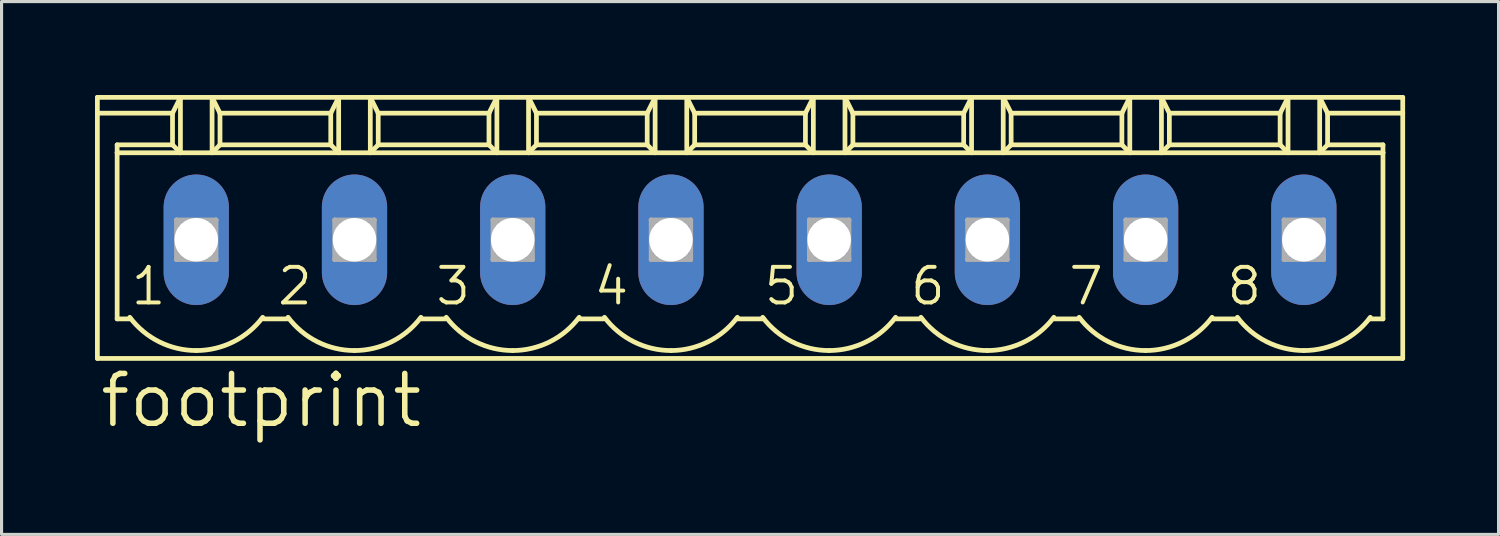
<source format=kicad_pcb>
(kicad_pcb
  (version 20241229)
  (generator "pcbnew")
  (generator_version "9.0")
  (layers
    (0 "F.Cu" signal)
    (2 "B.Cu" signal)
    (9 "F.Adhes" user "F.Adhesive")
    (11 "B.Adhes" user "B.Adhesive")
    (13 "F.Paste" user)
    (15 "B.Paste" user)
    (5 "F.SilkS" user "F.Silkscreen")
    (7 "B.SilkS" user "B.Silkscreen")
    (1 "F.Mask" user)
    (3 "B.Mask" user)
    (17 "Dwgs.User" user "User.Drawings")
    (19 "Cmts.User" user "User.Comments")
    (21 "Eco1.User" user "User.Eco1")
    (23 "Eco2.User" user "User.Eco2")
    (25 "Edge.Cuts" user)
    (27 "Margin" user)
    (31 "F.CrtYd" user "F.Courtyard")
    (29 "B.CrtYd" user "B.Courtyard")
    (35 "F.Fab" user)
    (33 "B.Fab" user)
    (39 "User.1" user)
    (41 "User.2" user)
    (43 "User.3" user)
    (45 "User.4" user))
  (footprint "footprint"
    (layer "F.Cu")
    (at 21.031 4.648)
    (property "Reference" "footprint" (at -20.955 6.096 0) (layer "F.SilkS") (effects (font (size 1.6 1.6) (thickness 0.178)) (justify left bottom)))
    (fp_line (start -20.955 -4.572) (end -20.955 -4.064) (stroke (width 0.152) (type solid)) (layer "F.SilkS"))
    (fp_line (start -20.955 -4.572) (end -18.288 -4.572) (stroke (width 0.152) (type solid)) (layer "F.SilkS"))
    (fp_line (start -20.955 -4.064) (end -20.955 3.81) (stroke (width 0.152) (type solid)) (layer "F.SilkS"))
    (fp_line (start -20.955 -4.064) (end -18.542 -4.064) (stroke (width 0.152) (type solid)) (layer "F.SilkS"))
    (fp_line (start -20.955 3.81) (end 20.955 3.81) (stroke (width 0.152) (type solid)) (layer "F.SilkS"))
    (fp_line (start -20.32 -2.794) (end -20.32 -3.048) (stroke (width 0.152) (type solid)) (layer "F.SilkS"))
    (fp_line (start -20.32 -2.794) (end -18.288 -2.794) (stroke (width 0.152) (type solid)) (layer "F.SilkS"))
    (fp_line (start -20.32 2.54) (end -20.32 -2.794) (stroke (width 0.152) (type solid)) (layer "F.SilkS"))
    (fp_line (start -20.32 2.54) (end -19.888 2.54) (stroke (width 0.152) (type solid)) (layer "F.SilkS"))
    (fp_line (start -18.542 -4.064) (end -18.542 -3.048) (stroke (width 0.152) (type solid)) (layer "F.SilkS"))
    (fp_line (start -18.542 -4.064) (end -18.288 -4.572) (stroke (width 0.152) (type solid)) (layer "F.SilkS"))
    (fp_line (start -18.542 -3.048) (end -20.32 -3.048) (stroke (width 0.152) (type solid)) (layer "F.SilkS"))
    (fp_line (start -18.542 -3.048) (end -18.288 -2.794) (stroke (width 0.152) (type solid)) (layer "F.SilkS"))
    (fp_line (start -18.288 -4.572) (end -17.272 -4.572) (stroke (width 0.152) (type solid)) (layer "F.SilkS"))
    (fp_line (start -18.288 -2.794) (end -18.288 -4.572) (stroke (width 0.152) (type solid)) (layer "F.SilkS"))
    (fp_line (start -18.288 -2.794) (end -17.272 -2.794) (stroke (width 0.152) (type solid)) (layer "F.SilkS"))
    (fp_line (start -17.272 -4.572) (end -17.018 -4.064) (stroke (width 0.152) (type solid)) (layer "F.SilkS"))
    (fp_line (start -17.272 -4.572) (end -13.208 -4.572) (stroke (width 0.152) (type solid)) (layer "F.SilkS"))
    (fp_line (start -17.272 -2.794) (end -17.272 -4.572) (stroke (width 0.152) (type solid)) (layer "F.SilkS"))
    (fp_line (start -17.272 -2.794) (end -13.208 -2.794) (stroke (width 0.152) (type solid)) (layer "F.SilkS"))
    (fp_line (start -17.018 -4.064) (end -17.018 -3.048) (stroke (width 0.152) (type solid)) (layer "F.SilkS"))
    (fp_line (start -17.018 -4.064) (end -13.462 -4.064) (stroke (width 0.152) (type solid)) (layer "F.SilkS"))
    (fp_line (start -17.018 -3.048) (end -17.272 -2.794) (stroke (width 0.152) (type solid)) (layer "F.SilkS"))
    (fp_line (start -15.621 2.54) (end -14.859 2.54) (stroke (width 0.152) (type solid)) (layer "F.SilkS"))
    (fp_line (start -13.462 -4.064) (end -13.462 -3.048) (stroke (width 0.152) (type solid)) (layer "F.SilkS"))
    (fp_line (start -13.462 -4.064) (end -13.208 -4.572) (stroke (width 0.152) (type solid)) (layer "F.SilkS"))
    (fp_line (start -13.462 -3.048) (end -17.018 -3.048) (stroke (width 0.152) (type solid)) (layer "F.SilkS"))
    (fp_line (start -13.462 -3.048) (end -13.208 -2.794) (stroke (width 0.152) (type solid)) (layer "F.SilkS"))
    (fp_line (start -13.208 -4.572) (end -12.192 -4.572) (stroke (width 0.152) (type solid)) (layer "F.SilkS"))
    (fp_line (start -13.208 -2.794) (end -13.208 -4.572) (stroke (width 0.152) (type solid)) (layer "F.SilkS"))
    (fp_line (start -13.208 -2.794) (end -12.192 -2.794) (stroke (width 0.152) (type solid)) (layer "F.SilkS"))
    (fp_line (start -12.192 -4.572) (end -11.938 -4.064) (stroke (width 0.152) (type solid)) (layer "F.SilkS"))
    (fp_line (start -12.192 -4.572) (end -8.128 -4.572) (stroke (width 0.152) (type solid)) (layer "F.SilkS"))
    (fp_line (start -12.192 -2.794) (end -12.192 -4.572) (stroke (width 0.152) (type solid)) (layer "F.SilkS"))
    (fp_line (start -12.192 -2.794) (end -8.128 -2.794) (stroke (width 0.152) (type solid)) (layer "F.SilkS"))
    (fp_line (start -11.938 -4.064) (end -11.938 -3.048) (stroke (width 0.152) (type solid)) (layer "F.SilkS"))
    (fp_line (start -11.938 -4.064) (end -8.382 -4.064) (stroke (width 0.152) (type solid)) (layer "F.SilkS"))
    (fp_line (start -11.938 -3.048) (end -12.192 -2.794) (stroke (width 0.152) (type solid)) (layer "F.SilkS"))
    (fp_line (start -10.541 2.54) (end -9.779 2.54) (stroke (width 0.152) (type solid)) (layer "F.SilkS"))
    (fp_line (start -8.382 -4.064) (end -8.382 -3.048) (stroke (width 0.152) (type solid)) (layer "F.SilkS"))
    (fp_line (start -8.382 -4.064) (end -8.128 -4.572) (stroke (width 0.152) (type solid)) (layer "F.SilkS"))
    (fp_line (start -8.382 -3.048) (end -11.938 -3.048) (stroke (width 0.152) (type solid)) (layer "F.SilkS"))
    (fp_line (start -8.382 -3.048) (end -8.128 -2.794) (stroke (width 0.152) (type solid)) (layer "F.SilkS"))
    (fp_line (start -8.128 -4.572) (end -7.112 -4.572) (stroke (width 0.152) (type solid)) (layer "F.SilkS"))
    (fp_line (start -8.128 -2.794) (end -8.128 -4.572) (stroke (width 0.152) (type solid)) (layer "F.SilkS"))
    (fp_line (start -8.128 -2.794) (end -7.112 -2.794) (stroke (width 0.152) (type solid)) (layer "F.SilkS"))
    (fp_line (start -7.112 -4.572) (end -6.858 -4.064) (stroke (width 0.152) (type solid)) (layer "F.SilkS"))
    (fp_line (start -7.112 -4.572) (end -3.048 -4.572) (stroke (width 0.152) (type solid)) (layer "F.SilkS"))
    (fp_line (start -7.112 -2.794) (end -7.112 -4.572) (stroke (width 0.152) (type solid)) (layer "F.SilkS"))
    (fp_line (start -7.112 -2.794) (end -3.048 -2.794) (stroke (width 0.152) (type solid)) (layer "F.SilkS"))
    (fp_line (start -6.858 -4.064) (end -6.858 -3.048) (stroke (width 0.152) (type solid)) (layer "F.SilkS"))
    (fp_line (start -6.858 -4.064) (end -3.302 -4.064) (stroke (width 0.152) (type solid)) (layer "F.SilkS"))
    (fp_line (start -6.858 -3.048) (end -7.112 -2.794) (stroke (width 0.152) (type solid)) (layer "F.SilkS"))
    (fp_line (start -6.858 -3.048) (end -3.302 -3.048) (stroke (width 0.152) (type solid)) (layer "F.SilkS"))
    (fp_line (start -5.461 2.54) (end -4.699 2.54) (stroke (width 0.152) (type solid)) (layer "F.SilkS"))
    (fp_line (start -3.302 -4.064) (end -3.302 -3.048) (stroke (width 0.152) (type solid)) (layer "F.SilkS"))
    (fp_line (start -3.302 -4.064) (end -3.048 -4.572) (stroke (width 0.152) (type solid)) (layer "F.SilkS"))
    (fp_line (start -3.302 -3.048) (end -3.048 -2.794) (stroke (width 0.152) (type solid)) (layer "F.SilkS"))
    (fp_line (start -3.048 -4.572) (end -2.032 -4.572) (stroke (width 0.152) (type solid)) (layer "F.SilkS"))
    (fp_line (start -3.048 -2.794) (end -3.048 -4.572) (stroke (width 0.152) (type solid)) (layer "F.SilkS"))
    (fp_line (start -3.048 -2.794) (end -2.032 -2.794) (stroke (width 0.152) (type solid)) (layer "F.SilkS"))
    (fp_line (start -2.032 -4.572) (end -1.778 -4.064) (stroke (width 0.152) (type solid)) (layer "F.SilkS"))
    (fp_line (start -2.032 -4.572) (end 2.032 -4.572) (stroke (width 0.152) (type solid)) (layer "F.SilkS"))
    (fp_line (start -2.032 -2.794) (end -2.032 -4.572) (stroke (width 0.152) (type solid)) (layer "F.SilkS"))
    (fp_line (start -2.032 -2.794) (end 2.032 -2.794) (stroke (width 0.152) (type solid)) (layer "F.SilkS"))
    (fp_line (start -1.778 -4.064) (end -1.778 -3.048) (stroke (width 0.152) (type solid)) (layer "F.SilkS"))
    (fp_line (start -1.778 -4.064) (end 1.778 -4.064) (stroke (width 0.152) (type solid)) (layer "F.SilkS"))
    (fp_line (start -1.778 -3.048) (end -2.032 -2.794) (stroke (width 0.152) (type solid)) (layer "F.SilkS"))
    (fp_line (start -0.432 2.54) (end 0.432 2.54) (stroke (width 0.152) (type solid)) (layer "F.SilkS"))
    (fp_line (start 1.778 -4.064) (end 1.778 -3.048) (stroke (width 0.152) (type solid)) (layer "F.SilkS"))
    (fp_line (start 1.778 -4.064) (end 2.032 -4.572) (stroke (width 0.152) (type solid)) (layer "F.SilkS"))
    (fp_line (start 1.778 -3.048) (end -1.778 -3.048) (stroke (width 0.152) (type solid)) (layer "F.SilkS"))
    (fp_line (start 1.778 -3.048) (end 2.032 -2.794) (stroke (width 0.152) (type solid)) (layer "F.SilkS"))
    (fp_line (start 2.032 -4.572) (end 3.048 -4.572) (stroke (width 0.152) (type solid)) (layer "F.SilkS"))
    (fp_line (start 2.032 -2.794) (end 2.032 -4.572) (stroke (width 0.152) (type solid)) (layer "F.SilkS"))
    (fp_line (start 2.032 -2.794) (end 3.048 -2.794) (stroke (width 0.152) (type solid)) (layer "F.SilkS"))
    (fp_line (start 3.048 -4.572) (end 3.302 -4.064) (stroke (width 0.152) (type solid)) (layer "F.SilkS"))
    (fp_line (start 3.048 -4.572) (end 7.112 -4.572) (stroke (width 0.152) (type solid)) (layer "F.SilkS"))
    (fp_line (start 3.048 -2.794) (end 3.048 -4.572) (stroke (width 0.152) (type solid)) (layer "F.SilkS"))
    (fp_line (start 3.048 -2.794) (end 7.112 -2.794) (stroke (width 0.152) (type solid)) (layer "F.SilkS"))
    (fp_line (start 3.302 -4.064) (end 3.302 -3.048) (stroke (width 0.152) (type solid)) (layer "F.SilkS"))
    (fp_line (start 3.302 -4.064) (end 6.858 -4.064) (stroke (width 0.152) (type solid)) (layer "F.SilkS"))
    (fp_line (start 3.302 -3.048) (end 3.048 -2.794) (stroke (width 0.152) (type solid)) (layer "F.SilkS"))
    (fp_line (start 4.699 2.54) (end 5.461 2.54) (stroke (width 0.152) (type solid)) (layer "F.SilkS"))
    (fp_line (start 6.858 -4.064) (end 6.858 -3.048) (stroke (width 0.152) (type solid)) (layer "F.SilkS"))
    (fp_line (start 6.858 -4.064) (end 7.112 -4.572) (stroke (width 0.152) (type solid)) (layer "F.SilkS"))
    (fp_line (start 6.858 -3.048) (end 3.302 -3.048) (stroke (width 0.152) (type solid)) (layer "F.SilkS"))
    (fp_line (start 6.858 -3.048) (end 7.112 -2.794) (stroke (width 0.152) (type solid)) (layer "F.SilkS"))
    (fp_line (start 7.112 -4.572) (end 8.128 -4.572) (stroke (width 0.152) (type solid)) (layer "F.SilkS"))
    (fp_line (start 7.112 -2.794) (end 7.112 -4.572) (stroke (width 0.152) (type solid)) (layer "F.SilkS"))
    (fp_line (start 7.112 -2.794) (end 8.128 -2.794) (stroke (width 0.152) (type solid)) (layer "F.SilkS"))
    (fp_line (start 8.128 -4.572) (end 8.382 -4.064) (stroke (width 0.152) (type solid)) (layer "F.SilkS"))
    (fp_line (start 8.128 -4.572) (end 12.192 -4.572) (stroke (width 0.152) (type solid)) (layer "F.SilkS"))
    (fp_line (start 8.128 -2.794) (end 8.128 -4.572) (stroke (width 0.152) (type solid)) (layer "F.SilkS"))
    (fp_line (start 8.128 -2.794) (end 12.192 -2.794) (stroke (width 0.152) (type solid)) (layer "F.SilkS"))
    (fp_line (start 8.382 -4.064) (end 8.382 -3.048) (stroke (width 0.152) (type solid)) (layer "F.SilkS"))
    (fp_line (start 8.382 -4.064) (end 11.938 -4.064) (stroke (width 0.152) (type solid)) (layer "F.SilkS"))
    (fp_line (start 8.382 -3.048) (end 8.128 -2.794) (stroke (width 0.152) (type solid)) (layer "F.SilkS"))
    (fp_line (start 9.779 2.54) (end 10.541 2.54) (stroke (width 0.152) (type solid)) (layer "F.SilkS"))
    (fp_line (start 11.938 -4.064) (end 11.938 -3.048) (stroke (width 0.152) (type solid)) (layer "F.SilkS"))
    (fp_line (start 11.938 -4.064) (end 12.192 -4.572) (stroke (width 0.152) (type solid)) (layer "F.SilkS"))
    (fp_line (start 11.938 -3.048) (end 8.382 -3.048) (stroke (width 0.152) (type solid)) (layer "F.SilkS"))
    (fp_line (start 11.938 -3.048) (end 12.192 -2.794) (stroke (width 0.152) (type solid)) (layer "F.SilkS"))
    (fp_line (start 12.192 -4.572) (end 13.208 -4.572) (stroke (width 0.152) (type solid)) (layer "F.SilkS"))
    (fp_line (start 12.192 -2.794) (end 12.192 -4.572) (stroke (width 0.152) (type solid)) (layer "F.SilkS"))
    (fp_line (start 12.192 -2.794) (end 13.208 -2.794) (stroke (width 0.152) (type solid)) (layer "F.SilkS"))
    (fp_line (start 13.208 -4.572) (end 13.462 -4.064) (stroke (width 0.152) (type solid)) (layer "F.SilkS"))
    (fp_line (start 13.208 -4.572) (end 17.272 -4.572) (stroke (width 0.152) (type solid)) (layer "F.SilkS"))
    (fp_line (start 13.208 -2.794) (end 13.208 -4.572) (stroke (width 0.152) (type solid)) (layer "F.SilkS"))
    (fp_line (start 13.208 -2.794) (end 17.272 -2.794) (stroke (width 0.152) (type solid)) (layer "F.SilkS"))
    (fp_line (start 13.462 -4.064) (end 13.462 -3.048) (stroke (width 0.152) (type solid)) (layer "F.SilkS"))
    (fp_line (start 13.462 -4.064) (end 17.018 -4.064) (stroke (width 0.152) (type solid)) (layer "F.SilkS"))
    (fp_line (start 13.462 -3.048) (end 13.208 -2.794) (stroke (width 0.152) (type solid)) (layer "F.SilkS"))
    (fp_line (start 13.462 -3.048) (end 17.018 -3.048) (stroke (width 0.152) (type solid)) (layer "F.SilkS"))
    (fp_line (start 14.859 2.54) (end 15.621 2.54) (stroke (width 0.152) (type solid)) (layer "F.SilkS"))
    (fp_line (start 17.018 -4.064) (end 17.018 -3.048) (stroke (width 0.152) (type solid)) (layer "F.SilkS"))
    (fp_line (start 17.018 -4.064) (end 17.272 -4.572) (stroke (width 0.152) (type solid)) (layer "F.SilkS"))
    (fp_line (start 17.018 -3.048) (end 17.272 -2.794) (stroke (width 0.152) (type solid)) (layer "F.SilkS"))
    (fp_line (start 17.272 -4.572) (end 18.288 -4.572) (stroke (width 0.152) (type solid)) (layer "F.SilkS"))
    (fp_line (start 17.272 -2.794) (end 17.272 -4.572) (stroke (width 0.152) (type solid)) (layer "F.SilkS"))
    (fp_line (start 17.272 -2.794) (end 18.288 -2.794) (stroke (width 0.152) (type solid)) (layer "F.SilkS"))
    (fp_line (start 18.288 -4.572) (end 18.542 -4.064) (stroke (width 0.152) (type solid)) (layer "F.SilkS"))
    (fp_line (start 18.288 -4.572) (end 20.955 -4.572) (stroke (width 0.152) (type solid)) (layer "F.SilkS"))
    (fp_line (start 18.288 -2.794) (end 18.288 -4.572) (stroke (width 0.152) (type solid)) (layer "F.SilkS"))
    (fp_line (start 18.288 -2.794) (end 20.32 -2.794) (stroke (width 0.152) (type solid)) (layer "F.SilkS"))
    (fp_line (start 18.542 -4.064) (end 18.542 -3.048) (stroke (width 0.152) (type solid)) (layer "F.SilkS"))
    (fp_line (start 18.542 -4.064) (end 20.955 -4.064) (stroke (width 0.152) (type solid)) (layer "F.SilkS"))
    (fp_line (start 18.542 -3.048) (end 18.288 -2.794) (stroke (width 0.152) (type solid)) (layer "F.SilkS"))
    (fp_line (start 18.542 -3.048) (end 20.32 -3.048) (stroke (width 0.152) (type solid)) (layer "F.SilkS"))
    (fp_line (start 19.888 2.54) (end 20.32 2.54) (stroke (width 0.152) (type solid)) (layer "F.SilkS"))
    (fp_line (start 20.32 -3.048) (end 20.32 -2.794) (stroke (width 0.152) (type solid)) (layer "F.SilkS"))
    (fp_line (start 20.32 -2.794) (end 20.32 2.54) (stroke (width 0.152) (type solid)) (layer "F.SilkS"))
    (fp_line (start 20.955 -4.064) (end 20.955 -4.572) (stroke (width 0.152) (type solid)) (layer "F.SilkS"))
    (fp_line (start 20.955 3.81) (end 20.955 -4.064) (stroke (width 0.152) (type solid)) (layer "F.SilkS"))
    (fp_arc (start -17.779999 3.556) (mid -18.972718 3.274437) (end -19.9136 2.4892) (stroke (width 0.1524) (type solid)) (layer "F.SilkS"))
    (fp_arc (start -15.646399 2.4892) (mid -16.587281 3.274438) (end -17.78 3.556) (stroke (width 0.1524) (type solid)) (layer "F.SilkS"))
    (fp_arc (start -12.699999 3.556) (mid -13.892718 3.274437) (end -14.8336 2.4892) (stroke (width 0.1524) (type solid)) (layer "F.SilkS"))
    (fp_arc (start -10.566399 2.4892) (mid -11.507281 3.274438) (end -12.7 3.556) (stroke (width 0.1524) (type solid)) (layer "F.SilkS"))
    (fp_arc (start -7.619999 3.556) (mid -8.812718 3.274437) (end -9.7536 2.4892) (stroke (width 0.1524) (type solid)) (layer "F.SilkS"))
    (fp_arc (start -5.486399 2.4892) (mid -6.427281 3.274438) (end -7.62 3.556) (stroke (width 0.1524) (type solid)) (layer "F.SilkS"))
    (fp_arc (start -2.539999 3.556) (mid -3.732718 3.274437) (end -4.6736 2.4892) (stroke (width 0.1524) (type solid)) (layer "F.SilkS"))
    (fp_arc (start -0.406399 2.4892) (mid -1.347281 3.274438) (end -2.54 3.556) (stroke (width 0.1524) (type solid)) (layer "F.SilkS"))
    (fp_arc (start 2.540001 3.556) (mid 1.347282 3.274438) (end 0.4064 2.4892) (stroke (width 0.1524) (type solid)) (layer "F.SilkS"))
    (fp_arc (start 4.6736 2.489199) (mid 3.732719 3.274437) (end 2.54 3.556) (stroke (width 0.1524) (type solid)) (layer "F.SilkS"))
    (fp_arc (start 7.620001 3.556) (mid 6.427282 3.274438) (end 5.4864 2.4892) (stroke (width 0.1524) (type solid)) (layer "F.SilkS"))
    (fp_arc (start 9.7536 2.489199) (mid 8.812719 3.274437) (end 7.62 3.556) (stroke (width 0.1524) (type solid)) (layer "F.SilkS"))
    (fp_arc (start 12.700001 3.556) (mid 11.507282 3.274438) (end 10.5664 2.4892) (stroke (width 0.1524) (type solid)) (layer "F.SilkS"))
    (fp_arc (start 14.8336 2.489199) (mid 13.892719 3.274437) (end 12.7 3.556) (stroke (width 0.1524) (type solid)) (layer "F.SilkS"))
    (fp_arc (start 17.780001 3.556) (mid 16.587282 3.274438) (end 15.6464 2.4892) (stroke (width 0.1524) (type solid)) (layer "F.SilkS"))
    (fp_arc (start 19.9136 2.489199) (mid 18.972719 3.274437) (end 17.78 3.556) (stroke (width 0.1524) (type solid)) (layer "F.SilkS"))
    (fp_line (start -18.415 -0.635) (end -18.415 0.635) (stroke (width 0.152) (type solid)) (layer "F.Fab"))
    (fp_line (start -18.415 -0.635) (end -17.145 0.635) (stroke (width 0.152) (type solid)) (layer "F.Fab"))
    (fp_line (start -18.415 0.635) (end -17.145 -0.635) (stroke (width 0.152) (type solid)) (layer "F.Fab"))
    (fp_line (start -18.415 0.635) (end -17.145 0.635) (stroke (width 0.152) (type solid)) (layer "F.Fab"))
    (fp_line (start -17.145 -0.635) (end -18.415 -0.635) (stroke (width 0.152) (type solid)) (layer "F.Fab"))
    (fp_line (start -17.145 0.635) (end -17.145 -0.635) (stroke (width 0.152) (type solid)) (layer "F.Fab"))
    (fp_line (start -13.335 -0.635) (end -13.335 0.635) (stroke (width 0.152) (type solid)) (layer "F.Fab"))
    (fp_line (start -13.335 -0.635) (end -12.065 0.635) (stroke (width 0.152) (type solid)) (layer "F.Fab"))
    (fp_line (start -13.335 0.635) (end -12.065 -0.635) (stroke (width 0.152) (type solid)) (layer "F.Fab"))
    (fp_line (start -13.335 0.635) (end -12.065 0.635) (stroke (width 0.152) (type solid)) (layer "F.Fab"))
    (fp_line (start -12.065 -0.635) (end -13.335 -0.635) (stroke (width 0.152) (type solid)) (layer "F.Fab"))
    (fp_line (start -12.065 0.635) (end -12.065 -0.635) (stroke (width 0.152) (type solid)) (layer "F.Fab"))
    (fp_line (start -8.255 -0.635) (end -8.255 0.635) (stroke (width 0.152) (type solid)) (layer "F.Fab"))
    (fp_line (start -8.255 -0.635) (end -6.985 0.635) (stroke (width 0.152) (type solid)) (layer "F.Fab"))
    (fp_line (start -8.255 0.635) (end -6.985 -0.635) (stroke (width 0.152) (type solid)) (layer "F.Fab"))
    (fp_line (start -8.255 0.635) (end -6.985 0.635) (stroke (width 0.152) (type solid)) (layer "F.Fab"))
    (fp_line (start -6.985 -0.635) (end -8.255 -0.635) (stroke (width 0.152) (type solid)) (layer "F.Fab"))
    (fp_line (start -6.985 0.635) (end -6.985 -0.635) (stroke (width 0.152) (type solid)) (layer "F.Fab"))
    (fp_line (start -3.175 -0.635) (end -3.175 0.635) (stroke (width 0.152) (type solid)) (layer "F.Fab"))
    (fp_line (start -3.175 -0.635) (end -1.905 0.635) (stroke (width 0.152) (type solid)) (layer "F.Fab"))
    (fp_line (start -3.175 0.635) (end -1.905 -0.635) (stroke (width 0.152) (type solid)) (layer "F.Fab"))
    (fp_line (start -3.175 0.635) (end -1.905 0.635) (stroke (width 0.152) (type solid)) (layer "F.Fab"))
    (fp_line (start -1.905 -0.635) (end -3.175 -0.635) (stroke (width 0.152) (type solid)) (layer "F.Fab"))
    (fp_line (start -1.905 0.635) (end -1.905 -0.635) (stroke (width 0.152) (type solid)) (layer "F.Fab"))
    (fp_line (start 1.905 -0.635) (end 1.905 0.635) (stroke (width 0.152) (type solid)) (layer "F.Fab"))
    (fp_line (start 1.905 -0.635) (end 3.175 0.635) (stroke (width 0.152) (type solid)) (layer "F.Fab"))
    (fp_line (start 1.905 0.635) (end 3.175 -0.635) (stroke (width 0.152) (type solid)) (layer "F.Fab"))
    (fp_line (start 1.905 0.635) (end 3.175 0.635) (stroke (width 0.152) (type solid)) (layer "F.Fab"))
    (fp_line (start 3.175 -0.635) (end 1.905 -0.635) (stroke (width 0.152) (type solid)) (layer "F.Fab"))
    (fp_line (start 3.175 0.635) (end 3.175 -0.635) (stroke (width 0.152) (type solid)) (layer "F.Fab"))
    (fp_line (start 6.985 -0.635) (end 6.985 0.635) (stroke (width 0.152) (type solid)) (layer "F.Fab"))
    (fp_line (start 6.985 -0.635) (end 8.255 0.635) (stroke (width 0.152) (type solid)) (layer "F.Fab"))
    (fp_line (start 6.985 0.635) (end 8.255 -0.635) (stroke (width 0.152) (type solid)) (layer "F.Fab"))
    (fp_line (start 6.985 0.635) (end 8.255 0.635) (stroke (width 0.152) (type solid)) (layer "F.Fab"))
    (fp_line (start 8.255 -0.635) (end 6.985 -0.635) (stroke (width 0.152) (type solid)) (layer "F.Fab"))
    (fp_line (start 8.255 0.635) (end 8.255 -0.635) (stroke (width 0.152) (type solid)) (layer "F.Fab"))
    (fp_line (start 12.065 -0.635) (end 12.065 0.635) (stroke (width 0.152) (type solid)) (layer "F.Fab"))
    (fp_line (start 12.065 -0.635) (end 13.335 0.635) (stroke (width 0.152) (type solid)) (layer "F.Fab"))
    (fp_line (start 12.065 0.635) (end 13.335 -0.635) (stroke (width 0.152) (type solid)) (layer "F.Fab"))
    (fp_line (start 12.065 0.635) (end 13.335 0.635) (stroke (width 0.152) (type solid)) (layer "F.Fab"))
    (fp_line (start 13.335 -0.635) (end 12.065 -0.635) (stroke (width 0.152) (type solid)) (layer "F.Fab"))
    (fp_line (start 13.335 0.635) (end 13.335 -0.635) (stroke (width 0.152) (type solid)) (layer "F.Fab"))
    (fp_line (start 17.145 -0.635) (end 17.145 0.635) (stroke (width 0.152) (type solid)) (layer "F.Fab"))
    (fp_line (start 17.145 -0.635) (end 18.415 0.635) (stroke (width 0.152) (type solid)) (layer "F.Fab"))
    (fp_line (start 17.145 0.635) (end 18.415 -0.635) (stroke (width 0.152) (type solid)) (layer "F.Fab"))
    (fp_line (start 17.145 0.635) (end 18.415 0.635) (stroke (width 0.152) (type solid)) (layer "F.Fab"))
    (fp_line (start 18.415 -0.635) (end 17.145 -0.635) (stroke (width 0.152) (type solid)) (layer "F.Fab"))
    (fp_line (start 18.415 0.635) (end 18.415 -0.635) (stroke (width 0.152) (type solid)) (layer "F.Fab"))
    (fp_text user "3" (at -10.16 2.159 0) (layer "F.SilkS") (effects (font (size 1.143 1.143) (thickness 0.127)) (justify left bottom)))
    (fp_text user "6" (at 5.08 2.159 0) (layer "F.SilkS") (effects (font (size 1.143 1.143) (thickness 0.127)) (justify left bottom)))
    (fp_text user "7" (at 10.16 2.159 0) (layer "F.SilkS") (effects (font (size 1.143 1.143) (thickness 0.127)) (justify left bottom)))
    (fp_text user "4" (at -5.08 2.159 0) (layer "F.SilkS") (effects (font (size 1.143 1.143) (thickness 0.127)) (justify left bottom)))
    (fp_text user "8" (at 15.24 2.159 0) (layer "F.SilkS") (effects (font (size 1.143 1.143) (thickness 0.127)) (justify left bottom)))
    (fp_text user "1" (at -19.939 2.159 0) (layer "F.SilkS") (effects (font (size 1.143 1.143) (thickness 0.127)) (justify left bottom)))
    (fp_text user "2" (at -15.24 2.159 0) (layer "F.SilkS") (effects (font (size 1.143 1.143) (thickness 0.127)) (justify left bottom)))
    (fp_text user "5" (at 0.381 2.159 0) (layer "F.SilkS") (effects (font (size 1.143 1.143) (thickness 0.127)) (justify left bottom)))
    (pad "1" thru_hole oval (at -17.78 0 90) (size 4.191 2.095) (drill 1.397) (layers "*.Cu" "*.Mask"))
    (pad "2" thru_hole oval (at -12.7 0 90) (size 4.191 2.095) (drill 1.397) (layers "*.Cu" "*.Mask"))
    (pad "3" thru_hole oval (at -7.62 0 90) (size 4.191 2.095) (drill 1.397) (layers "*.Cu" "*.Mask"))
    (pad "4" thru_hole oval (at -2.54 0 90) (size 4.191 2.095) (drill 1.397) (layers "*.Cu" "*.Mask"))
    (pad "5" thru_hole oval (at 2.54 0 90) (size 4.191 2.095) (drill 1.397) (layers "*.Cu" "*.Mask"))
    (pad "6" thru_hole oval (at 7.62 0 90) (size 4.191 2.095) (drill 1.397) (layers "*.Cu" "*.Mask"))
    (pad "7" thru_hole oval (at 12.7 0 90) (size 4.191 2.095) (drill 1.397) (layers "*.Cu" "*.Mask"))
    (pad "8" thru_hole oval (at 17.78 0 90) (size 4.191 2.095) (drill 1.397) (layers "*.Cu" "*.Mask")))
  (gr_rect
    (start -3 -3)
    (end 45.062 14.107)
    (stroke (width 0.1) (type default))
    (fill no)
    (layer "Edge.Cuts")))
</source>
